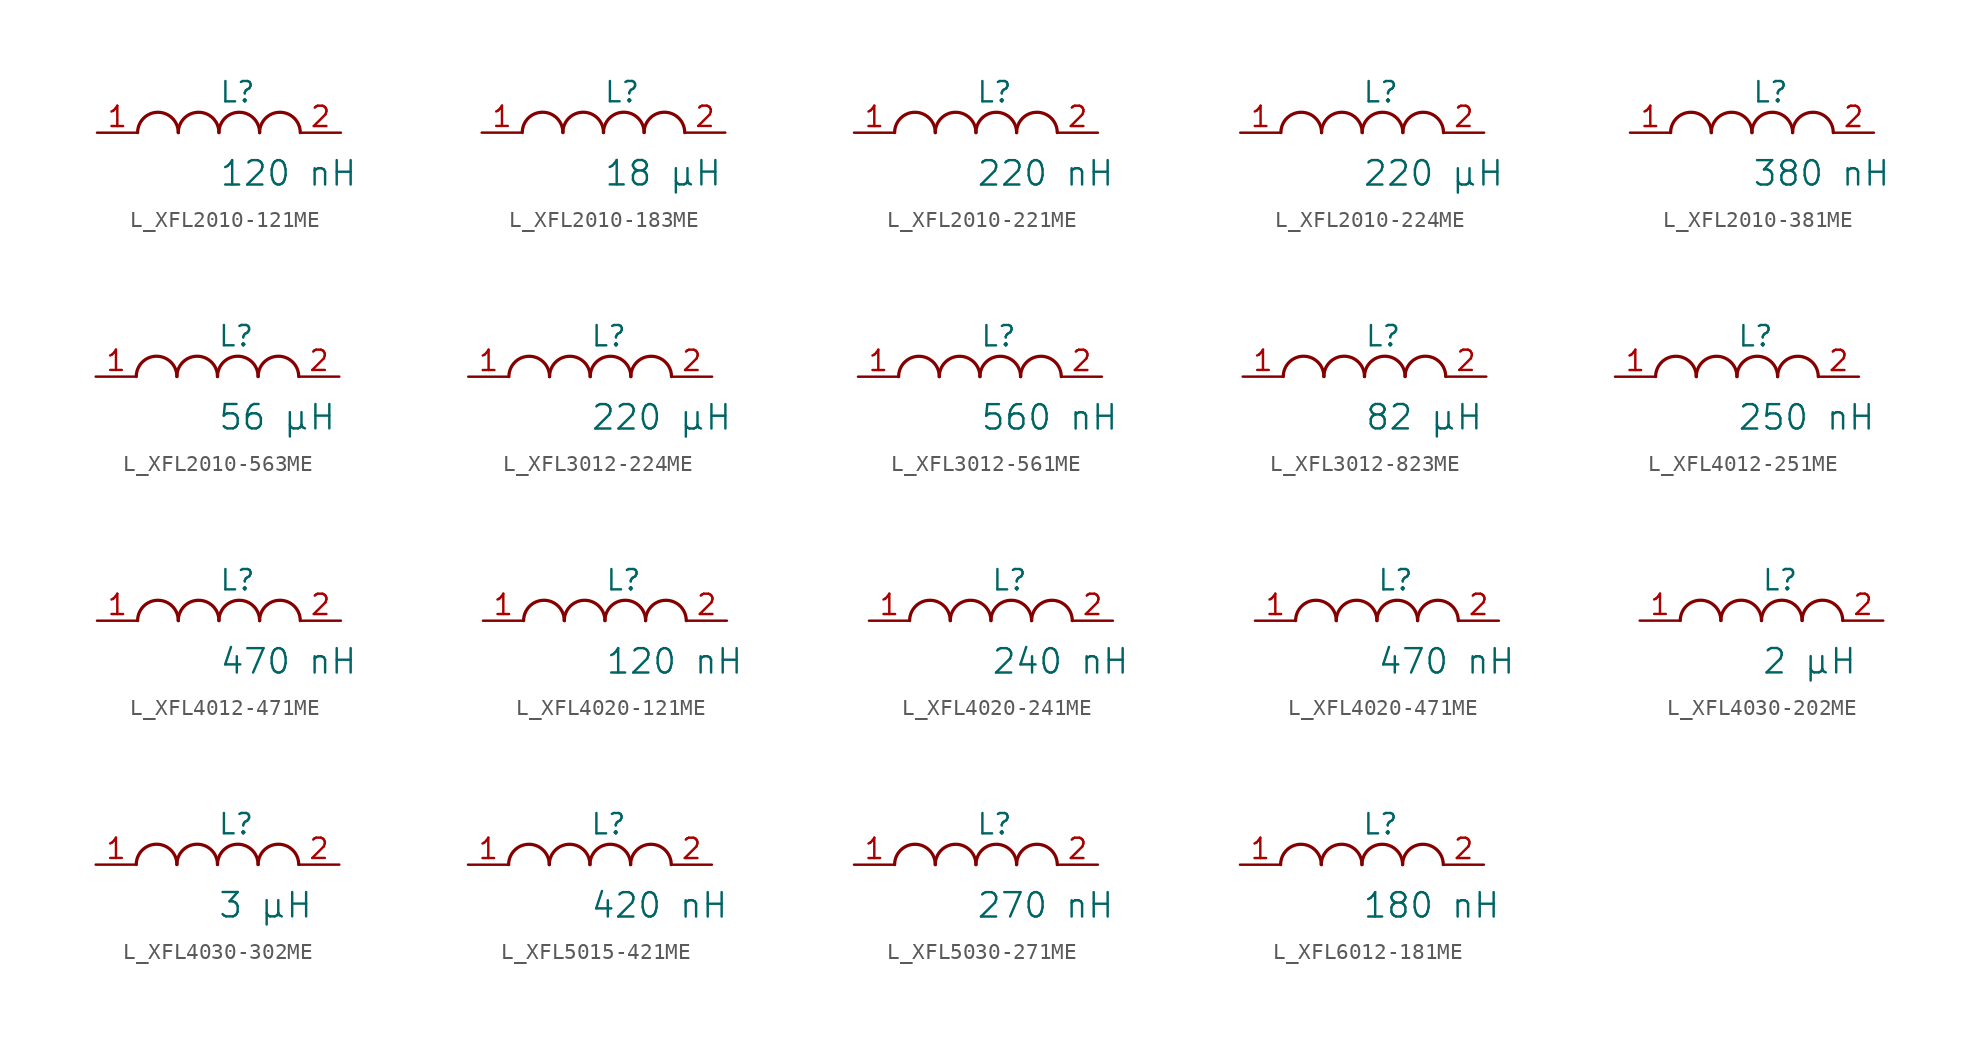
<source format=kicad_sym>
(kicad_symbol_lib
  (version 20231120)
  (generator "kicad_symbol_editor")
  (generator_version "8.0")
  (symbol "L_XFL2010-121ME"
    (pin_names
      (offset 0.254))
    (property "Reference" "L"
      (at 0 2.54 0)
      (effects (font (size 1.27 1.27)) (justify left)))
    (property "Value" "120 nH"
      (at 0 -2.54 0)
      (effects (font (size 1.524 1.524)) (justify left)))
    (symbol "L_XFL2010-121ME_1_1"
      (arc (start -2.54 0.0056) (mid -3.81 1.27) (end -5.08 0.0056) (stroke (width 0.2032) (type default)) (fill (type none)))
      (arc (start 0 0.0056) (mid -1.27 1.27) (end -2.54 0.0056) (stroke (width 0.2032) (type default)) (fill (type none)))
      (arc (start 2.54 0.0056) (mid 1.27 1.27) (end 0 0.0056) (stroke (width 0.2032) (type default)) (fill (type none)))
      (arc (start 5.08 0.0056) (mid 3.81 1.27) (end 2.54 0.0056) (stroke (width 0.2032) (type default)) (fill (type none)))
      (pin unspecified line (at -7.62 0 0) (length 2.54) (name "" (effects (font (size 1.27 1.27)))) (number "1" (effects (font (size 1.27 1.27)))))
      (pin unspecified line (at 7.62 0 180) (length 2.54) (name "" (effects (font (size 1.27 1.27)))) (number "2" (effects (font (size 1.27 1.27)))))))
  (symbol "L_XFL2010-183ME"
    (pin_names
      (offset 0.254))
    (property "Reference" "L"
      (at 0 2.54 0)
      (effects (font (size 1.27 1.27)) (justify left)))
    (property "Value" "18 µH"
      (at 0 -2.54 0)
      (effects (font (size 1.524 1.524)) (justify left)))
    (symbol "L_XFL2010-183ME_1_1"
      (arc (start -2.54 0.0056) (mid -3.81 1.27) (end -5.08 0.0056) (stroke (width 0.2032) (type default)) (fill (type none)))
      (arc (start 0 0.0056) (mid -1.27 1.27) (end -2.54 0.0056) (stroke (width 0.2032) (type default)) (fill (type none)))
      (arc (start 2.54 0.0056) (mid 1.27 1.27) (end 0 0.0056) (stroke (width 0.2032) (type default)) (fill (type none)))
      (arc (start 5.08 0.0056) (mid 3.81 1.27) (end 2.54 0.0056) (stroke (width 0.2032) (type default)) (fill (type none)))
      (pin unspecified line (at -7.62 0 0) (length 2.54) (name "" (effects (font (size 1.27 1.27)))) (number "1" (effects (font (size 1.27 1.27)))))
      (pin unspecified line (at 7.62 0 180) (length 2.54) (name "" (effects (font (size 1.27 1.27)))) (number "2" (effects (font (size 1.27 1.27)))))))
  (symbol "L_XFL2010-221ME"
    (pin_names
      (offset 0.254))
    (property "Reference" "L"
      (at 0 2.54 0)
      (effects (font (size 1.27 1.27)) (justify left)))
    (property "Value" "220 nH"
      (at 0 -2.54 0)
      (effects (font (size 1.524 1.524)) (justify left)))
    (symbol "L_XFL2010-221ME_1_1"
      (arc (start -2.54 0.0056) (mid -3.81 1.27) (end -5.08 0.0056) (stroke (width 0.2032) (type default)) (fill (type none)))
      (arc (start 0 0.0056) (mid -1.27 1.27) (end -2.54 0.0056) (stroke (width 0.2032) (type default)) (fill (type none)))
      (arc (start 2.54 0.0056) (mid 1.27 1.27) (end 0 0.0056) (stroke (width 0.2032) (type default)) (fill (type none)))
      (arc (start 5.08 0.0056) (mid 3.81 1.27) (end 2.54 0.0056) (stroke (width 0.2032) (type default)) (fill (type none)))
      (pin unspecified line (at -7.62 0 0) (length 2.54) (name "" (effects (font (size 1.27 1.27)))) (number "1" (effects (font (size 1.27 1.27)))))
      (pin unspecified line (at 7.62 0 180) (length 2.54) (name "" (effects (font (size 1.27 1.27)))) (number "2" (effects (font (size 1.27 1.27)))))))
  (symbol "L_XFL2010-224ME"
    (pin_names
      (offset 0.254))
    (property "Reference" "L"
      (at 0 2.54 0)
      (effects (font (size 1.27 1.27)) (justify left)))
    (property "Value" "220 µH"
      (at 0 -2.54 0)
      (effects (font (size 1.524 1.524)) (justify left)))
    (symbol "L_XFL2010-224ME_1_1"
      (arc (start -2.54 0.0056) (mid -3.81 1.27) (end -5.08 0.0056) (stroke (width 0.2032) (type default)) (fill (type none)))
      (arc (start 0 0.0056) (mid -1.27 1.27) (end -2.54 0.0056) (stroke (width 0.2032) (type default)) (fill (type none)))
      (arc (start 2.54 0.0056) (mid 1.27 1.27) (end 0 0.0056) (stroke (width 0.2032) (type default)) (fill (type none)))
      (arc (start 5.08 0.0056) (mid 3.81 1.27) (end 2.54 0.0056) (stroke (width 0.2032) (type default)) (fill (type none)))
      (pin unspecified line (at -7.62 0 0) (length 2.54) (name "" (effects (font (size 1.27 1.27)))) (number "1" (effects (font (size 1.27 1.27)))))
      (pin unspecified line (at 7.62 0 180) (length 2.54) (name "" (effects (font (size 1.27 1.27)))) (number "2" (effects (font (size 1.27 1.27)))))))
  (symbol "L_XFL2010-381ME"
    (pin_names
      (offset 0.254))
    (property "Reference" "L"
      (at 0 2.54 0)
      (effects (font (size 1.27 1.27)) (justify left)))
    (property "Value" "380 nH"
      (at 0 -2.54 0)
      (effects (font (size 1.524 1.524)) (justify left)))
    (symbol "L_XFL2010-381ME_1_1"
      (arc (start -2.54 0.0056) (mid -3.81 1.27) (end -5.08 0.0056) (stroke (width 0.2032) (type default)) (fill (type none)))
      (arc (start 0 0.0056) (mid -1.27 1.27) (end -2.54 0.0056) (stroke (width 0.2032) (type default)) (fill (type none)))
      (arc (start 2.54 0.0056) (mid 1.27 1.27) (end 0 0.0056) (stroke (width 0.2032) (type default)) (fill (type none)))
      (arc (start 5.08 0.0056) (mid 3.81 1.27) (end 2.54 0.0056) (stroke (width 0.2032) (type default)) (fill (type none)))
      (pin unspecified line (at -7.62 0 0) (length 2.54) (name "" (effects (font (size 1.27 1.27)))) (number "1" (effects (font (size 1.27 1.27)))))
      (pin unspecified line (at 7.62 0 180) (length 2.54) (name "" (effects (font (size 1.27 1.27)))) (number "2" (effects (font (size 1.27 1.27)))))))
  (symbol "L_XFL2010-563ME"
    (pin_names
      (offset 0.254))
    (property "Reference" "L"
      (at 0 2.54 0)
      (effects (font (size 1.27 1.27)) (justify left)))
    (property "Value" "56 µH"
      (at 0 -2.54 0)
      (effects (font (size 1.524 1.524)) (justify left)))
    (symbol "L_XFL2010-563ME_1_1"
      (arc (start -2.54 0.0056) (mid -3.81 1.27) (end -5.08 0.0056) (stroke (width 0.2032) (type default)) (fill (type none)))
      (arc (start 0 0.0056) (mid -1.27 1.27) (end -2.54 0.0056) (stroke (width 0.2032) (type default)) (fill (type none)))
      (arc (start 2.54 0.0056) (mid 1.27 1.27) (end 0 0.0056) (stroke (width 0.2032) (type default)) (fill (type none)))
      (arc (start 5.08 0.0056) (mid 3.81 1.27) (end 2.54 0.0056) (stroke (width 0.2032) (type default)) (fill (type none)))
      (pin unspecified line (at -7.62 0 0) (length 2.54) (name "" (effects (font (size 1.27 1.27)))) (number "1" (effects (font (size 1.27 1.27)))))
      (pin unspecified line (at 7.62 0 180) (length 2.54) (name "" (effects (font (size 1.27 1.27)))) (number "2" (effects (font (size 1.27 1.27)))))))
  (symbol "L_XFL3012-224ME"
    (pin_names
      (offset 0.254))
    (property "Reference" "L"
      (at 0 2.54 0)
      (effects (font (size 1.27 1.27)) (justify left)))
    (property "Value" "220 µH"
      (at 0 -2.54 0)
      (effects (font (size 1.524 1.524)) (justify left)))
    (symbol "L_XFL3012-224ME_1_1"
      (arc (start -2.54 0.0056) (mid -3.81 1.27) (end -5.08 0.0056) (stroke (width 0.2032) (type default)) (fill (type none)))
      (arc (start 0 0.0056) (mid -1.27 1.27) (end -2.54 0.0056) (stroke (width 0.2032) (type default)) (fill (type none)))
      (arc (start 2.54 0.0056) (mid 1.27 1.27) (end 0 0.0056) (stroke (width 0.2032) (type default)) (fill (type none)))
      (arc (start 5.08 0.0056) (mid 3.81 1.27) (end 2.54 0.0056) (stroke (width 0.2032) (type default)) (fill (type none)))
      (pin unspecified line (at -7.62 0 0) (length 2.54) (name "" (effects (font (size 1.27 1.27)))) (number "1" (effects (font (size 1.27 1.27)))))
      (pin unspecified line (at 7.62 0 180) (length 2.54) (name "" (effects (font (size 1.27 1.27)))) (number "2" (effects (font (size 1.27 1.27)))))))
  (symbol "L_XFL3012-561ME"
    (pin_names
      (offset 0.254))
    (property "Reference" "L"
      (at 0 2.54 0)
      (effects (font (size 1.27 1.27)) (justify left)))
    (property "Value" "560 nH"
      (at 0 -2.54 0)
      (effects (font (size 1.524 1.524)) (justify left)))
    (symbol "L_XFL3012-561ME_1_1"
      (arc (start -2.54 0.0056) (mid -3.81 1.27) (end -5.08 0.0056) (stroke (width 0.2032) (type default)) (fill (type none)))
      (arc (start 0 0.0056) (mid -1.27 1.27) (end -2.54 0.0056) (stroke (width 0.2032) (type default)) (fill (type none)))
      (arc (start 2.54 0.0056) (mid 1.27 1.27) (end 0 0.0056) (stroke (width 0.2032) (type default)) (fill (type none)))
      (arc (start 5.08 0.0056) (mid 3.81 1.27) (end 2.54 0.0056) (stroke (width 0.2032) (type default)) (fill (type none)))
      (pin unspecified line (at -7.62 0 0) (length 2.54) (name "" (effects (font (size 1.27 1.27)))) (number "1" (effects (font (size 1.27 1.27)))))
      (pin unspecified line (at 7.62 0 180) (length 2.54) (name "" (effects (font (size 1.27 1.27)))) (number "2" (effects (font (size 1.27 1.27)))))))
  (symbol "L_XFL3012-823ME"
    (pin_names
      (offset 0.254))
    (property "Reference" "L"
      (at 0 2.54 0)
      (effects (font (size 1.27 1.27)) (justify left)))
    (property "Value" "82 µH"
      (at 0 -2.54 0)
      (effects (font (size 1.524 1.524)) (justify left)))
    (symbol "L_XFL3012-823ME_1_1"
      (arc (start -2.54 0.0056) (mid -3.81 1.27) (end -5.08 0.0056) (stroke (width 0.2032) (type default)) (fill (type none)))
      (arc (start 0 0.0056) (mid -1.27 1.27) (end -2.54 0.0056) (stroke (width 0.2032) (type default)) (fill (type none)))
      (arc (start 2.54 0.0056) (mid 1.27 1.27) (end 0 0.0056) (stroke (width 0.2032) (type default)) (fill (type none)))
      (arc (start 5.08 0.0056) (mid 3.81 1.27) (end 2.54 0.0056) (stroke (width 0.2032) (type default)) (fill (type none)))
      (pin unspecified line (at -7.62 0 0) (length 2.54) (name "" (effects (font (size 1.27 1.27)))) (number "1" (effects (font (size 1.27 1.27)))))
      (pin unspecified line (at 7.62 0 180) (length 2.54) (name "" (effects (font (size 1.27 1.27)))) (number "2" (effects (font (size 1.27 1.27)))))))
  (symbol "L_XFL4012-251ME"
    (pin_names
      (offset 0.254))
    (property "Reference" "L"
      (at 0 2.54 0)
      (effects (font (size 1.27 1.27)) (justify left)))
    (property "Value" "250 nH"
      (at 0 -2.54 0)
      (effects (font (size 1.524 1.524)) (justify left)))
    (symbol "L_XFL4012-251ME_1_1"
      (arc (start -2.54 0.0056) (mid -3.81 1.27) (end -5.08 0.0056) (stroke (width 0.2032) (type default)) (fill (type none)))
      (arc (start 0 0.0056) (mid -1.27 1.27) (end -2.54 0.0056) (stroke (width 0.2032) (type default)) (fill (type none)))
      (arc (start 2.54 0.0056) (mid 1.27 1.27) (end 0 0.0056) (stroke (width 0.2032) (type default)) (fill (type none)))
      (arc (start 5.08 0.0056) (mid 3.81 1.27) (end 2.54 0.0056) (stroke (width 0.2032) (type default)) (fill (type none)))
      (pin unspecified line (at -7.62 0 0) (length 2.54) (name "" (effects (font (size 1.27 1.27)))) (number "1" (effects (font (size 1.27 1.27)))))
      (pin unspecified line (at 7.62 0 180) (length 2.54) (name "" (effects (font (size 1.27 1.27)))) (number "2" (effects (font (size 1.27 1.27)))))))
  (symbol "L_XFL4012-471ME"
    (pin_names
      (offset 0.254))
    (property "Reference" "L"
      (at 0 2.54 0)
      (effects (font (size 1.27 1.27)) (justify left)))
    (property "Value" "470 nH"
      (at 0 -2.54 0)
      (effects (font (size 1.524 1.524)) (justify left)))
    (symbol "L_XFL4012-471ME_1_1"
      (arc (start -2.54 0.0056) (mid -3.81 1.27) (end -5.08 0.0056) (stroke (width 0.2032) (type default)) (fill (type none)))
      (arc (start 0 0.0056) (mid -1.27 1.27) (end -2.54 0.0056) (stroke (width 0.2032) (type default)) (fill (type none)))
      (arc (start 2.54 0.0056) (mid 1.27 1.27) (end 0 0.0056) (stroke (width 0.2032) (type default)) (fill (type none)))
      (arc (start 5.08 0.0056) (mid 3.81 1.27) (end 2.54 0.0056) (stroke (width 0.2032) (type default)) (fill (type none)))
      (pin unspecified line (at -7.62 0 0) (length 2.54) (name "" (effects (font (size 1.27 1.27)))) (number "1" (effects (font (size 1.27 1.27)))))
      (pin unspecified line (at 7.62 0 180) (length 2.54) (name "" (effects (font (size 1.27 1.27)))) (number "2" (effects (font (size 1.27 1.27)))))))
  (symbol "L_XFL4020-121ME"
    (pin_names
      (offset 0.254))
    (property "Reference" "L"
      (at 0 2.54 0)
      (effects (font (size 1.27 1.27)) (justify left)))
    (property "Value" "120 nH"
      (at 0 -2.54 0)
      (effects (font (size 1.524 1.524)) (justify left)))
    (symbol "L_XFL4020-121ME_1_1"
      (arc (start -2.54 0.0056) (mid -3.81 1.27) (end -5.08 0.0056) (stroke (width 0.2032) (type default)) (fill (type none)))
      (arc (start 0 0.0056) (mid -1.27 1.27) (end -2.54 0.0056) (stroke (width 0.2032) (type default)) (fill (type none)))
      (arc (start 2.54 0.0056) (mid 1.27 1.27) (end 0 0.0056) (stroke (width 0.2032) (type default)) (fill (type none)))
      (arc (start 5.08 0.0056) (mid 3.81 1.27) (end 2.54 0.0056) (stroke (width 0.2032) (type default)) (fill (type none)))
      (pin unspecified line (at -7.62 0 0) (length 2.54) (name "" (effects (font (size 1.27 1.27)))) (number "1" (effects (font (size 1.27 1.27)))))
      (pin unspecified line (at 7.62 0 180) (length 2.54) (name "" (effects (font (size 1.27 1.27)))) (number "2" (effects (font (size 1.27 1.27)))))))
  (symbol "L_XFL4020-241ME"
    (pin_names
      (offset 0.254))
    (property "Reference" "L"
      (at 0 2.54 0)
      (effects (font (size 1.27 1.27)) (justify left)))
    (property "Value" "240 nH"
      (at 0 -2.54 0)
      (effects (font (size 1.524 1.524)) (justify left)))
    (symbol "L_XFL4020-241ME_1_1"
      (arc (start -2.54 0.0056) (mid -3.81 1.27) (end -5.08 0.0056) (stroke (width 0.2032) (type default)) (fill (type none)))
      (arc (start 0 0.0056) (mid -1.27 1.27) (end -2.54 0.0056) (stroke (width 0.2032) (type default)) (fill (type none)))
      (arc (start 2.54 0.0056) (mid 1.27 1.27) (end 0 0.0056) (stroke (width 0.2032) (type default)) (fill (type none)))
      (arc (start 5.08 0.0056) (mid 3.81 1.27) (end 2.54 0.0056) (stroke (width 0.2032) (type default)) (fill (type none)))
      (pin unspecified line (at -7.62 0 0) (length 2.54) (name "" (effects (font (size 1.27 1.27)))) (number "1" (effects (font (size 1.27 1.27)))))
      (pin unspecified line (at 7.62 0 180) (length 2.54) (name "" (effects (font (size 1.27 1.27)))) (number "2" (effects (font (size 1.27 1.27)))))))
  (symbol "L_XFL4020-471ME"
    (pin_names
      (offset 0.254))
    (property "Reference" "L"
      (at 0 2.54 0)
      (effects (font (size 1.27 1.27)) (justify left)))
    (property "Value" "470 nH"
      (at 0 -2.54 0)
      (effects (font (size 1.524 1.524)) (justify left)))
    (symbol "L_XFL4020-471ME_1_1"
      (arc (start -2.54 0.0056) (mid -3.81 1.27) (end -5.08 0.0056) (stroke (width 0.2032) (type default)) (fill (type none)))
      (arc (start 0 0.0056) (mid -1.27 1.27) (end -2.54 0.0056) (stroke (width 0.2032) (type default)) (fill (type none)))
      (arc (start 2.54 0.0056) (mid 1.27 1.27) (end 0 0.0056) (stroke (width 0.2032) (type default)) (fill (type none)))
      (arc (start 5.08 0.0056) (mid 3.81 1.27) (end 2.54 0.0056) (stroke (width 0.2032) (type default)) (fill (type none)))
      (pin unspecified line (at -7.62 0 0) (length 2.54) (name "" (effects (font (size 1.27 1.27)))) (number "1" (effects (font (size 1.27 1.27)))))
      (pin unspecified line (at 7.62 0 180) (length 2.54) (name "" (effects (font (size 1.27 1.27)))) (number "2" (effects (font (size 1.27 1.27)))))))
  (symbol "L_XFL4030-202ME"
    (pin_names
      (offset 0.254))
    (property "Reference" "L"
      (at 0 2.54 0)
      (effects (font (size 1.27 1.27)) (justify left)))
    (property "Value" "2 µH"
      (at 0 -2.54 0)
      (effects (font (size 1.524 1.524)) (justify left)))
    (symbol "L_XFL4030-202ME_1_1"
      (arc (start -2.54 0.0056) (mid -3.81 1.27) (end -5.08 0.0056) (stroke (width 0.2032) (type default)) (fill (type none)))
      (arc (start 0 0.0056) (mid -1.27 1.27) (end -2.54 0.0056) (stroke (width 0.2032) (type default)) (fill (type none)))
      (arc (start 2.54 0.0056) (mid 1.27 1.27) (end 0 0.0056) (stroke (width 0.2032) (type default)) (fill (type none)))
      (arc (start 5.08 0.0056) (mid 3.81 1.27) (end 2.54 0.0056) (stroke (width 0.2032) (type default)) (fill (type none)))
      (pin unspecified line (at -7.62 0 0) (length 2.54) (name "" (effects (font (size 1.27 1.27)))) (number "1" (effects (font (size 1.27 1.27)))))
      (pin unspecified line (at 7.62 0 180) (length 2.54) (name "" (effects (font (size 1.27 1.27)))) (number "2" (effects (font (size 1.27 1.27)))))))
  (symbol "L_XFL4030-302ME"
    (pin_names
      (offset 0.254))
    (property "Reference" "L"
      (at 0 2.54 0)
      (effects (font (size 1.27 1.27)) (justify left)))
    (property "Value" "3 µH"
      (at 0 -2.54 0)
      (effects (font (size 1.524 1.524)) (justify left)))
    (symbol "L_XFL4030-302ME_1_1"
      (arc (start -2.54 0.0056) (mid -3.81 1.27) (end -5.08 0.0056) (stroke (width 0.2032) (type default)) (fill (type none)))
      (arc (start 0 0.0056) (mid -1.27 1.27) (end -2.54 0.0056) (stroke (width 0.2032) (type default)) (fill (type none)))
      (arc (start 2.54 0.0056) (mid 1.27 1.27) (end 0 0.0056) (stroke (width 0.2032) (type default)) (fill (type none)))
      (arc (start 5.08 0.0056) (mid 3.81 1.27) (end 2.54 0.0056) (stroke (width 0.2032) (type default)) (fill (type none)))
      (pin unspecified line (at -7.62 0 0) (length 2.54) (name "" (effects (font (size 1.27 1.27)))) (number "1" (effects (font (size 1.27 1.27)))))
      (pin unspecified line (at 7.62 0 180) (length 2.54) (name "" (effects (font (size 1.27 1.27)))) (number "2" (effects (font (size 1.27 1.27)))))))
  (symbol "L_XFL5015-421ME"
    (pin_names
      (offset 0.254))
    (property "Reference" "L"
      (at 0 2.54 0)
      (effects (font (size 1.27 1.27)) (justify left)))
    (property "Value" "420 nH"
      (at 0 -2.54 0)
      (effects (font (size 1.524 1.524)) (justify left)))
    (symbol "L_XFL5015-421ME_1_1"
      (arc (start -2.54 0.0056) (mid -3.81 1.27) (end -5.08 0.0056) (stroke (width 0.2032) (type default)) (fill (type none)))
      (arc (start 0 0.0056) (mid -1.27 1.27) (end -2.54 0.0056) (stroke (width 0.2032) (type default)) (fill (type none)))
      (arc (start 2.54 0.0056) (mid 1.27 1.27) (end 0 0.0056) (stroke (width 0.2032) (type default)) (fill (type none)))
      (arc (start 5.08 0.0056) (mid 3.81 1.27) (end 2.54 0.0056) (stroke (width 0.2032) (type default)) (fill (type none)))
      (pin unspecified line (at -7.62 0 0) (length 2.54) (name "" (effects (font (size 1.27 1.27)))) (number "1" (effects (font (size 1.27 1.27)))))
      (pin unspecified line (at 7.62 0 180) (length 2.54) (name "" (effects (font (size 1.27 1.27)))) (number "2" (effects (font (size 1.27 1.27)))))))
  (symbol "L_XFL5030-271ME"
    (pin_names
      (offset 0.254))
    (property "Reference" "L"
      (at 0 2.54 0)
      (effects (font (size 1.27 1.27)) (justify left)))
    (property "Value" "270 nH"
      (at 0 -2.54 0)
      (effects (font (size 1.524 1.524)) (justify left)))
    (symbol "L_XFL5030-271ME_1_1"
      (arc (start -2.54 0.0056) (mid -3.81 1.27) (end -5.08 0.0056) (stroke (width 0.2032) (type default)) (fill (type none)))
      (arc (start 0 0.0056) (mid -1.27 1.27) (end -2.54 0.0056) (stroke (width 0.2032) (type default)) (fill (type none)))
      (arc (start 2.54 0.0056) (mid 1.27 1.27) (end 0 0.0056) (stroke (width 0.2032) (type default)) (fill (type none)))
      (arc (start 5.08 0.0056) (mid 3.81 1.27) (end 2.54 0.0056) (stroke (width 0.2032) (type default)) (fill (type none)))
      (pin unspecified line (at -7.62 0 0) (length 2.54) (name "" (effects (font (size 1.27 1.27)))) (number "1" (effects (font (size 1.27 1.27)))))
      (pin unspecified line (at 7.62 0 180) (length 2.54) (name "" (effects (font (size 1.27 1.27)))) (number "2" (effects (font (size 1.27 1.27)))))))
  (symbol "L_XFL6012-181ME"
    (pin_names
      (offset 0.254))
    (property "Reference" "L"
      (at 0 2.54 0)
      (effects (font (size 1.27 1.27)) (justify left)))
    (property "Value" "180 nH"
      (at 0 -2.54 0)
      (effects (font (size 1.524 1.524)) (justify left)))
    (symbol "L_XFL6012-181ME_1_1"
      (arc (start -2.54 0.0056) (mid -3.81 1.27) (end -5.08 0.0056) (stroke (width 0.2032) (type default)) (fill (type none)))
      (arc (start 0 0.0056) (mid -1.27 1.27) (end -2.54 0.0056) (stroke (width 0.2032) (type default)) (fill (type none)))
      (arc (start 2.54 0.0056) (mid 1.27 1.27) (end 0 0.0056) (stroke (width 0.2032) (type default)) (fill (type none)))
      (arc (start 5.08 0.0056) (mid 3.81 1.27) (end 2.54 0.0056) (stroke (width 0.2032) (type default)) (fill (type none)))
      (pin unspecified line (at -7.62 0 0) (length 2.54) (name "" (effects (font (size 1.27 1.27)))) (number "1" (effects (font (size 1.27 1.27)))))
      (pin unspecified line (at 7.62 0 180) (length 2.54) (name "" (effects (font (size 1.27 1.27)))) (number "2" (effects (font (size 1.27 1.27))))))))
</source>
